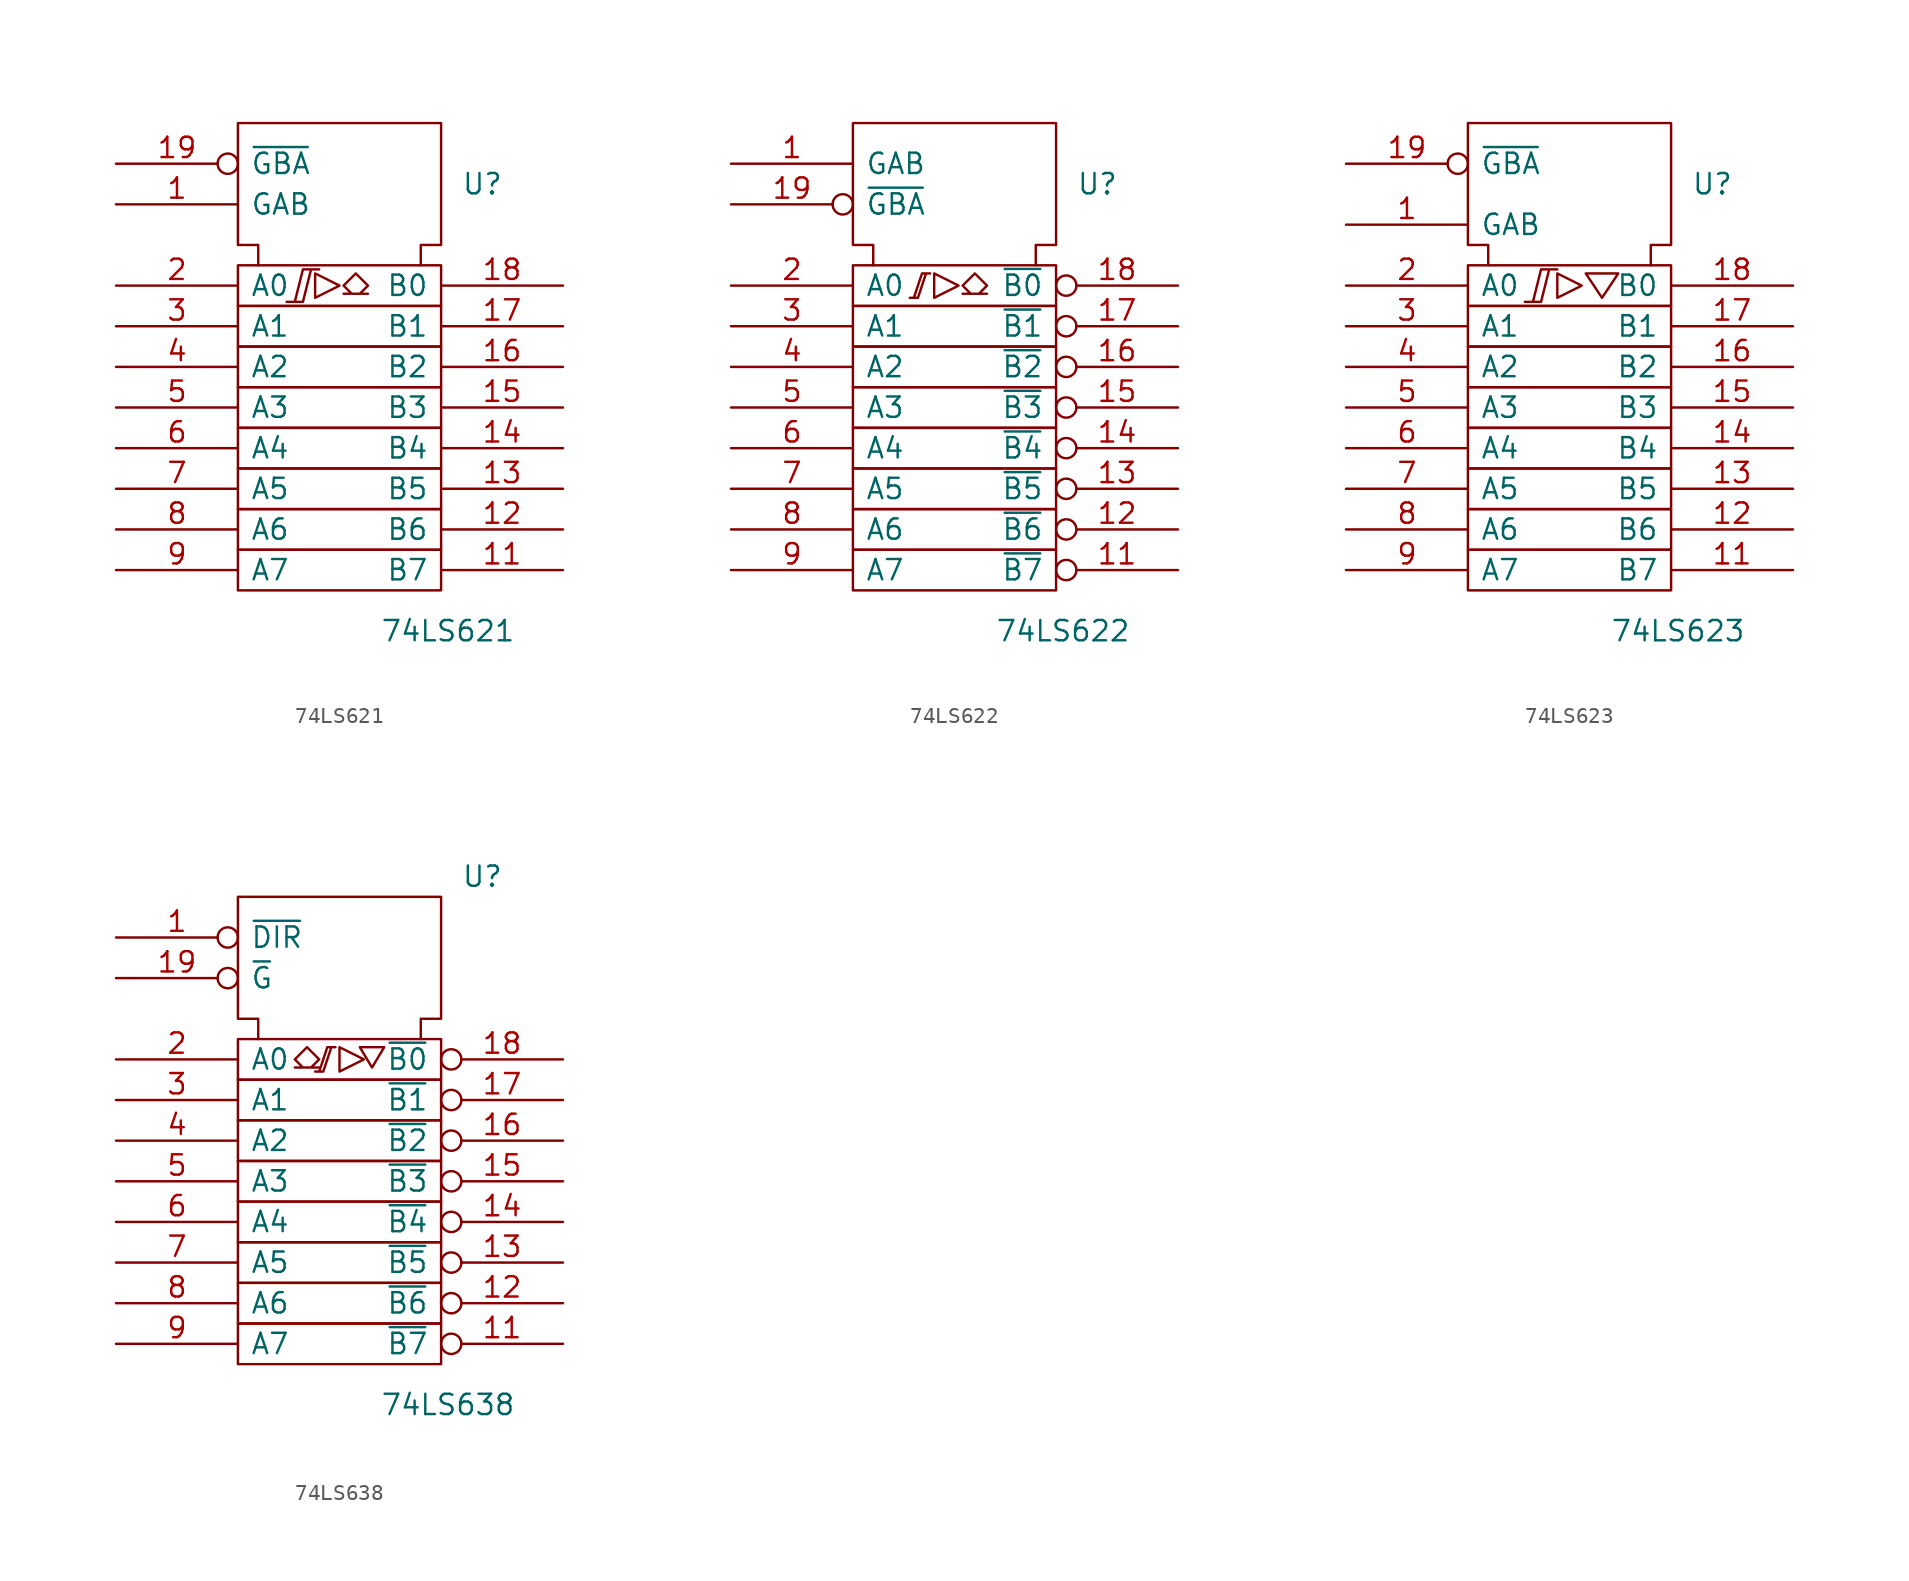
<source format=kicad_sym>
(kicad_symbol_lib
  (version 20201005)
  (generator kicad_symbol_editor)
  (symbol "74xx_IEEE:74LS621"
    (pin_names
      (offset 0.762))
    (property "Reference" "U"
      (at 7.62 12.7 0)
      (effects (font (size 1.27 1.27)) (justify left)))
    (property "Value" "74LS621"
      (at 2.54 -15.24 0)
      (effects (font (size 1.27 1.27)) (justify left)))
    (symbol "74LS621_0_0"
      (polyline (pts (xy -1.524 7.112) (xy -1.524 5.588) (xy 0 6.35) (xy -1.524 7.112) (xy -1.524 7.112)) (stroke (width 0)) (fill (type none)))
      (polyline (pts (xy -3.302 5.334) (xy -2.286 5.334) (xy -1.778 7.366) (xy -1.27 7.366) (xy -2.286 7.366) (xy -2.794 5.334) (xy -2.794 5.334)) (stroke (width 0)) (fill (type none)))
      (polyline (pts (xy 1.016 7.112) (xy 1.778 6.35) (xy 1.27 5.842) (xy 1.778 5.842) (xy 0.254 5.842) (xy 0.762 5.842) (xy 0.254 6.35) (xy 1.016 7.112) (xy 1.016 7.112)) (stroke (width 0)) (fill (type none)))
      (pin power_in line (at 1.27 16.51 270) (length 0) hide (name "GND" (effects (font (size 1.27 1.27)))) (number "10" (effects (font (size 1.27 1.27)))))
      (pin power_in line (at 5.08 16.51 270) (length 0) hide (name "VCC" (effects (font (size 1.27 1.27)))) (number "20" (effects (font (size 1.27 1.27))))))
    (symbol "74LS621_0_1"
      (rectangle (start -6.35 -10.16) (end 6.35 -12.7) (stroke (width 0)) (fill (type none)))
      (rectangle (start -6.35 -7.62) (end 6.35 -10.16) (stroke (width 0)) (fill (type none)))
      (rectangle (start -6.35 -5.08) (end 6.35 -7.62) (stroke (width 0)) (fill (type none)))
      (rectangle (start -6.35 -2.54) (end 6.35 -5.08) (stroke (width 0)) (fill (type none)))
      (rectangle (start -6.35 0) (end 6.35 -2.54) (stroke (width 0)) (fill (type none)))
      (rectangle (start -6.35 2.54) (end 6.35 0) (stroke (width 0)) (fill (type none)))
      (rectangle (start -6.35 5.08) (end 6.35 2.54) (stroke (width 0)) (fill (type none)))
      (rectangle (start -6.35 7.62) (end 6.35 5.08) (stroke (width 0)) (fill (type none)))
      (polyline (pts (xy -5.08 7.62) (xy -5.08 8.89) (xy -6.35 8.89) (xy -6.35 16.51) (xy 6.35 16.51) (xy 6.35 8.89) (xy 5.08 8.89) (xy 5.08 7.62) (xy 5.08 7.62)) (stroke (width 0)) (fill (type none))))
    (symbol "74LS621_1_1"
      (pin input line (at -13.97 11.43 0) (length 7.62) (name "GAB" (effects (font (size 1.27 1.27)))) (number "1" (effects (font (size 1.27 1.27)))))
      (pin tri_state line (at 13.97 -11.43 180) (length 7.62) (name "B7" (effects (font (size 1.27 1.27)))) (number "11" (effects (font (size 1.27 1.27)))))
      (pin tri_state line (at 13.97 -8.89 180) (length 7.62) (name "B6" (effects (font (size 1.27 1.27)))) (number "12" (effects (font (size 1.27 1.27)))))
      (pin tri_state line (at 13.97 -6.35 180) (length 7.62) (name "B5" (effects (font (size 1.27 1.27)))) (number "13" (effects (font (size 1.27 1.27)))))
      (pin tri_state line (at 13.97 -3.81 180) (length 7.62) (name "B4" (effects (font (size 1.27 1.27)))) (number "14" (effects (font (size 1.27 1.27)))))
      (pin tri_state line (at 13.97 -1.27 180) (length 7.62) (name "B3" (effects (font (size 1.27 1.27)))) (number "15" (effects (font (size 1.27 1.27)))))
      (pin tri_state line (at 13.97 1.27 180) (length 7.62) (name "B2" (effects (font (size 1.27 1.27)))) (number "16" (effects (font (size 1.27 1.27)))))
      (pin tri_state line (at 13.97 3.81 180) (length 7.62) (name "B1" (effects (font (size 1.27 1.27)))) (number "17" (effects (font (size 1.27 1.27)))))
      (pin tri_state line (at 13.97 6.35 180) (length 7.62) (name "B0" (effects (font (size 1.27 1.27)))) (number "18" (effects (font (size 1.27 1.27)))))
      (pin input inverted (at -13.97 13.97 0) (length 7.62) (name "~GBA" (effects (font (size 1.27 1.27)))) (number "19" (effects (font (size 1.27 1.27)))))
      (pin tri_state line (at -13.97 6.35 0) (length 7.62) (name "A0" (effects (font (size 1.27 1.27)))) (number "2" (effects (font (size 1.27 1.27)))))
      (pin tri_state line (at -13.97 3.81 0) (length 7.62) (name "A1" (effects (font (size 1.27 1.27)))) (number "3" (effects (font (size 1.27 1.27)))))
      (pin tri_state line (at -13.97 1.27 0) (length 7.62) (name "A2" (effects (font (size 1.27 1.27)))) (number "4" (effects (font (size 1.27 1.27)))))
      (pin tri_state line (at -13.97 -1.27 0) (length 7.62) (name "A3" (effects (font (size 1.27 1.27)))) (number "5" (effects (font (size 1.27 1.27)))))
      (pin tri_state line (at -13.97 -3.81 0) (length 7.62) (name "A4" (effects (font (size 1.27 1.27)))) (number "6" (effects (font (size 1.27 1.27)))))
      (pin tri_state line (at -13.97 -6.35 0) (length 7.62) (name "A5" (effects (font (size 1.27 1.27)))) (number "7" (effects (font (size 1.27 1.27)))))
      (pin tri_state line (at -13.97 -8.89 0) (length 7.62) (name "A6" (effects (font (size 1.27 1.27)))) (number "8" (effects (font (size 1.27 1.27)))))
      (pin tri_state line (at -13.97 -11.43 0) (length 7.62) (name "A7" (effects (font (size 1.27 1.27)))) (number "9" (effects (font (size 1.27 1.27)))))))
  (symbol "74xx_IEEE:74LS622"
    (pin_names
      (offset 0.762))
    (property "Reference" "U"
      (at 7.62 12.7 0)
      (effects (font (size 1.27 1.27)) (justify left)))
    (property "Value" "74LS622"
      (at 2.54 -15.24 0)
      (effects (font (size 1.27 1.27)) (justify left)))
    (symbol "74LS622_0_0"
      (polyline (pts (xy -1.27 7.112) (xy -1.27 5.588) (xy 0.254 6.35) (xy -1.27 7.112) (xy -1.27 7.112)) (stroke (width 0)) (fill (type none)))
      (polyline (pts (xy -2.286 5.588) (xy -2.794 5.588) (xy -2.286 5.588) (xy -1.778 7.112) (xy -1.524 7.112) (xy -2.032 7.112) (xy -2.54 5.588) (xy -2.54 5.588)) (stroke (width 0)) (fill (type none)))
      (polyline (pts (xy 1.27 7.112) (xy 2.032 6.35) (xy 1.524 5.842) (xy 2.032 5.842) (xy 0.508 5.842) (xy 1.016 5.842) (xy 0.508 6.35) (xy 1.27 7.112) (xy 1.27 7.112)) (stroke (width 0)) (fill (type none)))
      (pin power_in line (at 1.27 16.51 270) (length 0) hide (name "GND" (effects (font (size 1.27 1.27)))) (number "10" (effects (font (size 1.27 1.27)))))
      (pin power_in line (at 5.08 16.51 270) (length 0) hide (name "VCC" (effects (font (size 1.27 1.27)))) (number "20" (effects (font (size 1.27 1.27))))))
    (symbol "74LS622_0_1"
      (rectangle (start -6.35 -10.16) (end 6.35 -12.7) (stroke (width 0)) (fill (type none)))
      (rectangle (start -6.35 -7.62) (end 6.35 -10.16) (stroke (width 0)) (fill (type none)))
      (rectangle (start -6.35 -5.08) (end 6.35 -7.62) (stroke (width 0)) (fill (type none)))
      (rectangle (start -6.35 -2.54) (end 6.35 -5.08) (stroke (width 0)) (fill (type none)))
      (rectangle (start -6.35 0) (end 6.35 -2.54) (stroke (width 0)) (fill (type none)))
      (rectangle (start -6.35 2.54) (end 6.35 0) (stroke (width 0)) (fill (type none)))
      (rectangle (start -6.35 5.08) (end 6.35 2.54) (stroke (width 0)) (fill (type none)))
      (rectangle (start -6.35 7.62) (end 6.35 5.08) (stroke (width 0)) (fill (type none)))
      (polyline (pts (xy -5.08 7.62) (xy -5.08 8.89) (xy -6.35 8.89) (xy -6.35 16.51) (xy 6.35 16.51) (xy 6.35 8.89) (xy 5.08 8.89) (xy 5.08 7.62) (xy 5.08 7.62)) (stroke (width 0)) (fill (type none))))
    (symbol "74LS622_1_1"
      (pin input line (at -13.97 13.97 0) (length 7.62) (name "GAB" (effects (font (size 1.27 1.27)))) (number "1" (effects (font (size 1.27 1.27)))))
      (pin tri_state inverted (at 13.97 -11.43 180) (length 7.62) (name "~B7" (effects (font (size 1.27 1.27)))) (number "11" (effects (font (size 1.27 1.27)))))
      (pin tri_state inverted (at 13.97 -8.89 180) (length 7.62) (name "~B6" (effects (font (size 1.27 1.27)))) (number "12" (effects (font (size 1.27 1.27)))))
      (pin tri_state inverted (at 13.97 -6.35 180) (length 7.62) (name "~B5" (effects (font (size 1.27 1.27)))) (number "13" (effects (font (size 1.27 1.27)))))
      (pin tri_state inverted (at 13.97 -3.81 180) (length 7.62) (name "~B4" (effects (font (size 1.27 1.27)))) (number "14" (effects (font (size 1.27 1.27)))))
      (pin tri_state inverted (at 13.97 -1.27 180) (length 7.62) (name "~B3" (effects (font (size 1.27 1.27)))) (number "15" (effects (font (size 1.27 1.27)))))
      (pin tri_state inverted (at 13.97 1.27 180) (length 7.62) (name "~B2" (effects (font (size 1.27 1.27)))) (number "16" (effects (font (size 1.27 1.27)))))
      (pin tri_state inverted (at 13.97 3.81 180) (length 7.62) (name "~B1" (effects (font (size 1.27 1.27)))) (number "17" (effects (font (size 1.27 1.27)))))
      (pin tri_state inverted (at 13.97 6.35 180) (length 7.62) (name "~B0" (effects (font (size 1.27 1.27)))) (number "18" (effects (font (size 1.27 1.27)))))
      (pin input inverted (at -13.97 11.43 0) (length 7.62) (name "~GBA" (effects (font (size 1.27 1.27)))) (number "19" (effects (font (size 1.27 1.27)))))
      (pin tri_state line (at -13.97 6.35 0) (length 7.62) (name "A0" (effects (font (size 1.27 1.27)))) (number "2" (effects (font (size 1.27 1.27)))))
      (pin tri_state line (at -13.97 3.81 0) (length 7.62) (name "A1" (effects (font (size 1.27 1.27)))) (number "3" (effects (font (size 1.27 1.27)))))
      (pin tri_state line (at -13.97 1.27 0) (length 7.62) (name "A2" (effects (font (size 1.27 1.27)))) (number "4" (effects (font (size 1.27 1.27)))))
      (pin tri_state line (at -13.97 -1.27 0) (length 7.62) (name "A3" (effects (font (size 1.27 1.27)))) (number "5" (effects (font (size 1.27 1.27)))))
      (pin tri_state line (at -13.97 -3.81 0) (length 7.62) (name "A4" (effects (font (size 1.27 1.27)))) (number "6" (effects (font (size 1.27 1.27)))))
      (pin tri_state line (at -13.97 -6.35 0) (length 7.62) (name "A5" (effects (font (size 1.27 1.27)))) (number "7" (effects (font (size 1.27 1.27)))))
      (pin tri_state line (at -13.97 -8.89 0) (length 7.62) (name "A6" (effects (font (size 1.27 1.27)))) (number "8" (effects (font (size 1.27 1.27)))))
      (pin tri_state line (at -13.97 -11.43 0) (length 7.62) (name "A7" (effects (font (size 1.27 1.27)))) (number "9" (effects (font (size 1.27 1.27)))))))
  (symbol "74xx_IEEE:74LS623"
    (pin_names
      (offset 0.762))
    (property "Reference" "U"
      (at 7.62 19.05 0)
      (effects (font (size 1.27 1.27)) (justify left)))
    (property "Value" "74LS623"
      (at 2.54 -8.89 0)
      (effects (font (size 1.27 1.27)) (justify left)))
    (symbol "74LS623_0_0"
      (polyline (pts (xy -0.762 13.462) (xy -0.762 11.938) (xy 0.762 12.7) (xy -0.762 13.462) (xy -0.762 13.462)) (stroke (width 0)) (fill (type none)))
      (polyline (pts (xy 1.016 13.462) (xy 3.048 13.462) (xy 2.032 11.938) (xy 1.016 13.462) (xy 1.016 13.462)) (stroke (width 0)) (fill (type none)))
      (polyline (pts (xy -2.794 11.684) (xy -1.778 11.684) (xy -1.27 13.716) (xy -0.762 13.716) (xy -1.778 13.716) (xy -2.286 11.684) (xy -2.286 11.684)) (stroke (width 0)) (fill (type none)))
      (pin power_in line (at 1.27 22.86 270) (length 0) hide (name "GND" (effects (font (size 1.27 1.27)))) (number "10" (effects (font (size 1.27 1.27)))))
      (pin power_in line (at 5.08 22.86 270) (length 0) hide (name "VCC" (effects (font (size 1.27 1.27)))) (number "20" (effects (font (size 1.27 1.27))))))
    (symbol "74LS623_0_1"
      (rectangle (start -6.35 -3.81) (end 6.35 -6.35) (stroke (width 0)) (fill (type none)))
      (rectangle (start -6.35 -1.27) (end 6.35 -3.81) (stroke (width 0)) (fill (type none)))
      (rectangle (start -6.35 1.27) (end 6.35 -1.27) (stroke (width 0)) (fill (type none)))
      (rectangle (start -6.35 3.81) (end 6.35 1.27) (stroke (width 0)) (fill (type none)))
      (rectangle (start -6.35 6.35) (end 6.35 3.81) (stroke (width 0)) (fill (type none)))
      (rectangle (start -6.35 8.89) (end 6.35 6.35) (stroke (width 0)) (fill (type none)))
      (rectangle (start -6.35 11.43) (end 6.35 8.89) (stroke (width 0)) (fill (type none)))
      (rectangle (start -6.35 13.97) (end 6.35 11.43) (stroke (width 0)) (fill (type none)))
      (polyline (pts (xy -5.08 13.97) (xy -5.08 15.24) (xy -6.35 15.24) (xy -6.35 22.86) (xy 6.35 22.86) (xy 6.35 15.24) (xy 5.08 15.24) (xy 5.08 13.97) (xy 5.08 13.97)) (stroke (width 0)) (fill (type none))))
    (symbol "74LS623_1_1"
      (pin input line (at -13.97 16.51 0) (length 7.62) (name "GAB" (effects (font (size 1.27 1.27)))) (number "1" (effects (font (size 1.27 1.27)))))
      (pin tri_state line (at 13.97 -5.08 180) (length 7.62) (name "B7" (effects (font (size 1.27 1.27)))) (number "11" (effects (font (size 1.27 1.27)))))
      (pin tri_state line (at 13.97 -2.54 180) (length 7.62) (name "B6" (effects (font (size 1.27 1.27)))) (number "12" (effects (font (size 1.27 1.27)))))
      (pin tri_state line (at 13.97 0 180) (length 7.62) (name "B5" (effects (font (size 1.27 1.27)))) (number "13" (effects (font (size 1.27 1.27)))))
      (pin tri_state line (at 13.97 2.54 180) (length 7.62) (name "B4" (effects (font (size 1.27 1.27)))) (number "14" (effects (font (size 1.27 1.27)))))
      (pin tri_state line (at 13.97 5.08 180) (length 7.62) (name "B3" (effects (font (size 1.27 1.27)))) (number "15" (effects (font (size 1.27 1.27)))))
      (pin tri_state line (at 13.97 7.62 180) (length 7.62) (name "B2" (effects (font (size 1.27 1.27)))) (number "16" (effects (font (size 1.27 1.27)))))
      (pin tri_state line (at 13.97 10.16 180) (length 7.62) (name "B1" (effects (font (size 1.27 1.27)))) (number "17" (effects (font (size 1.27 1.27)))))
      (pin tri_state line (at 13.97 12.7 180) (length 7.62) (name "B0" (effects (font (size 1.27 1.27)))) (number "18" (effects (font (size 1.27 1.27)))))
      (pin input inverted (at -13.97 20.32 0) (length 7.62) (name "~GBA" (effects (font (size 1.27 1.27)))) (number "19" (effects (font (size 1.27 1.27)))))
      (pin tri_state line (at -13.97 12.7 0) (length 7.62) (name "A0" (effects (font (size 1.27 1.27)))) (number "2" (effects (font (size 1.27 1.27)))))
      (pin tri_state line (at -13.97 10.16 0) (length 7.62) (name "A1" (effects (font (size 1.27 1.27)))) (number "3" (effects (font (size 1.27 1.27)))))
      (pin tri_state line (at -13.97 7.62 0) (length 7.62) (name "A2" (effects (font (size 1.27 1.27)))) (number "4" (effects (font (size 1.27 1.27)))))
      (pin tri_state line (at -13.97 5.08 0) (length 7.62) (name "A3" (effects (font (size 1.27 1.27)))) (number "5" (effects (font (size 1.27 1.27)))))
      (pin tri_state line (at -13.97 2.54 0) (length 7.62) (name "A4" (effects (font (size 1.27 1.27)))) (number "6" (effects (font (size 1.27 1.27)))))
      (pin tri_state line (at -13.97 0 0) (length 7.62) (name "A5" (effects (font (size 1.27 1.27)))) (number "7" (effects (font (size 1.27 1.27)))))
      (pin tri_state line (at -13.97 -2.54 0) (length 7.62) (name "A6" (effects (font (size 1.27 1.27)))) (number "8" (effects (font (size 1.27 1.27)))))
      (pin tri_state line (at -13.97 -5.08 0) (length 7.62) (name "A7" (effects (font (size 1.27 1.27)))) (number "9" (effects (font (size 1.27 1.27)))))))
  (symbol "74xx_IEEE:74LS638"
    (pin_names
      (offset 0.762))
    (property "Reference" "U"
      (at 7.62 17.78 0)
      (effects (font (size 1.27 1.27)) (justify left)))
    (property "Value" "74LS638"
      (at 2.54 -15.24 0)
      (effects (font (size 1.27 1.27)) (justify left)))
    (symbol "74LS638_0_0"
      (polyline (pts (xy 0 7.112) (xy 0 5.588) (xy 1.524 6.35) (xy 0 7.112) (xy 0 7.112)) (stroke (width 0)) (fill (type none)))
      (polyline (pts (xy 1.27 7.112) (xy 2.794 7.112) (xy 2.032 5.842) (xy 1.27 7.112) (xy 1.27 7.112)) (stroke (width 0)) (fill (type none)))
      (polyline (pts (xy -1.524 5.588) (xy -1.016 5.588) (xy -0.508 7.112) (xy -0.254 7.112) (xy -0.762 7.112) (xy -1.27 5.588) (xy -1.27 5.588)) (stroke (width 0)) (fill (type none)))
      (polyline (pts (xy -2.032 7.112) (xy -2.794 6.35) (xy -2.286 5.842) (xy -2.794 5.842) (xy -1.27 5.842) (xy -1.778 5.842) (xy -1.27 6.35) (xy -2.032 7.112) (xy -2.032 7.112)) (stroke (width 0)) (fill (type none)))
      (pin power_in line (at 1.27 16.51 270) (length 0) hide (name "GND" (effects (font (size 1.27 1.27)))) (number "10" (effects (font (size 1.27 1.27)))))
      (pin power_in line (at 5.08 16.51 270) (length 0) hide (name "VCC" (effects (font (size 1.27 1.27)))) (number "20" (effects (font (size 1.27 1.27))))))
    (symbol "74LS638_0_1"
      (rectangle (start -6.35 -10.16) (end 6.35 -12.7) (stroke (width 0)) (fill (type none)))
      (rectangle (start -6.35 -7.62) (end 6.35 -10.16) (stroke (width 0)) (fill (type none)))
      (rectangle (start -6.35 -5.08) (end 6.35 -7.62) (stroke (width 0)) (fill (type none)))
      (rectangle (start -6.35 -2.54) (end 6.35 -5.08) (stroke (width 0)) (fill (type none)))
      (rectangle (start -6.35 0) (end 6.35 -2.54) (stroke (width 0)) (fill (type none)))
      (rectangle (start -6.35 2.54) (end 6.35 0) (stroke (width 0)) (fill (type none)))
      (rectangle (start -6.35 5.08) (end 6.35 2.54) (stroke (width 0)) (fill (type none)))
      (rectangle (start -6.35 7.62) (end 6.35 5.08) (stroke (width 0)) (fill (type none)))
      (polyline (pts (xy -5.08 7.62) (xy -5.08 8.89) (xy -6.35 8.89) (xy -6.35 16.51) (xy 6.35 16.51) (xy 6.35 8.89) (xy 5.08 8.89) (xy 5.08 7.62) (xy 5.08 7.62)) (stroke (width 0)) (fill (type none))))
    (symbol "74LS638_1_1"
      (pin input inverted (at -13.97 13.97 0) (length 7.62) (name "~DIR" (effects (font (size 1.27 1.27)))) (number "1" (effects (font (size 1.27 1.27)))))
      (pin tri_state inverted (at 13.97 -11.43 180) (length 7.62) (name "~B7" (effects (font (size 1.27 1.27)))) (number "11" (effects (font (size 1.27 1.27)))))
      (pin tri_state inverted (at 13.97 -8.89 180) (length 7.62) (name "~B6" (effects (font (size 1.27 1.27)))) (number "12" (effects (font (size 1.27 1.27)))))
      (pin tri_state inverted (at 13.97 -6.35 180) (length 7.62) (name "~B5" (effects (font (size 1.27 1.27)))) (number "13" (effects (font (size 1.27 1.27)))))
      (pin tri_state inverted (at 13.97 -3.81 180) (length 7.62) (name "~B4" (effects (font (size 1.27 1.27)))) (number "14" (effects (font (size 1.27 1.27)))))
      (pin tri_state inverted (at 13.97 -1.27 180) (length 7.62) (name "~B3" (effects (font (size 1.27 1.27)))) (number "15" (effects (font (size 1.27 1.27)))))
      (pin tri_state inverted (at 13.97 1.27 180) (length 7.62) (name "~B2" (effects (font (size 1.27 1.27)))) (number "16" (effects (font (size 1.27 1.27)))))
      (pin tri_state inverted (at 13.97 3.81 180) (length 7.62) (name "~B1" (effects (font (size 1.27 1.27)))) (number "17" (effects (font (size 1.27 1.27)))))
      (pin tri_state inverted (at 13.97 6.35 180) (length 7.62) (name "~B0" (effects (font (size 1.27 1.27)))) (number "18" (effects (font (size 1.27 1.27)))))
      (pin input inverted (at -13.97 11.43 0) (length 7.62) (name "~G" (effects (font (size 1.27 1.27)))) (number "19" (effects (font (size 1.27 1.27)))))
      (pin tri_state line (at -13.97 6.35 0) (length 7.62) (name "A0" (effects (font (size 1.27 1.27)))) (number "2" (effects (font (size 1.27 1.27)))))
      (pin tri_state line (at -13.97 3.81 0) (length 7.62) (name "A1" (effects (font (size 1.27 1.27)))) (number "3" (effects (font (size 1.27 1.27)))))
      (pin tri_state line (at -13.97 1.27 0) (length 7.62) (name "A2" (effects (font (size 1.27 1.27)))) (number "4" (effects (font (size 1.27 1.27)))))
      (pin tri_state line (at -13.97 -1.27 0) (length 7.62) (name "A3" (effects (font (size 1.27 1.27)))) (number "5" (effects (font (size 1.27 1.27)))))
      (pin tri_state line (at -13.97 -3.81 0) (length 7.62) (name "A4" (effects (font (size 1.27 1.27)))) (number "6" (effects (font (size 1.27 1.27)))))
      (pin tri_state line (at -13.97 -6.35 0) (length 7.62) (name "A5" (effects (font (size 1.27 1.27)))) (number "7" (effects (font (size 1.27 1.27)))))
      (pin tri_state line (at -13.97 -8.89 0) (length 7.62) (name "A6" (effects (font (size 1.27 1.27)))) (number "8" (effects (font (size 1.27 1.27)))))
      (pin tri_state line (at -13.97 -11.43 0) (length 7.62) (name "A7" (effects (font (size 1.27 1.27)))) (number "9" (effects (font (size 1.27 1.27))))))))
</source>
